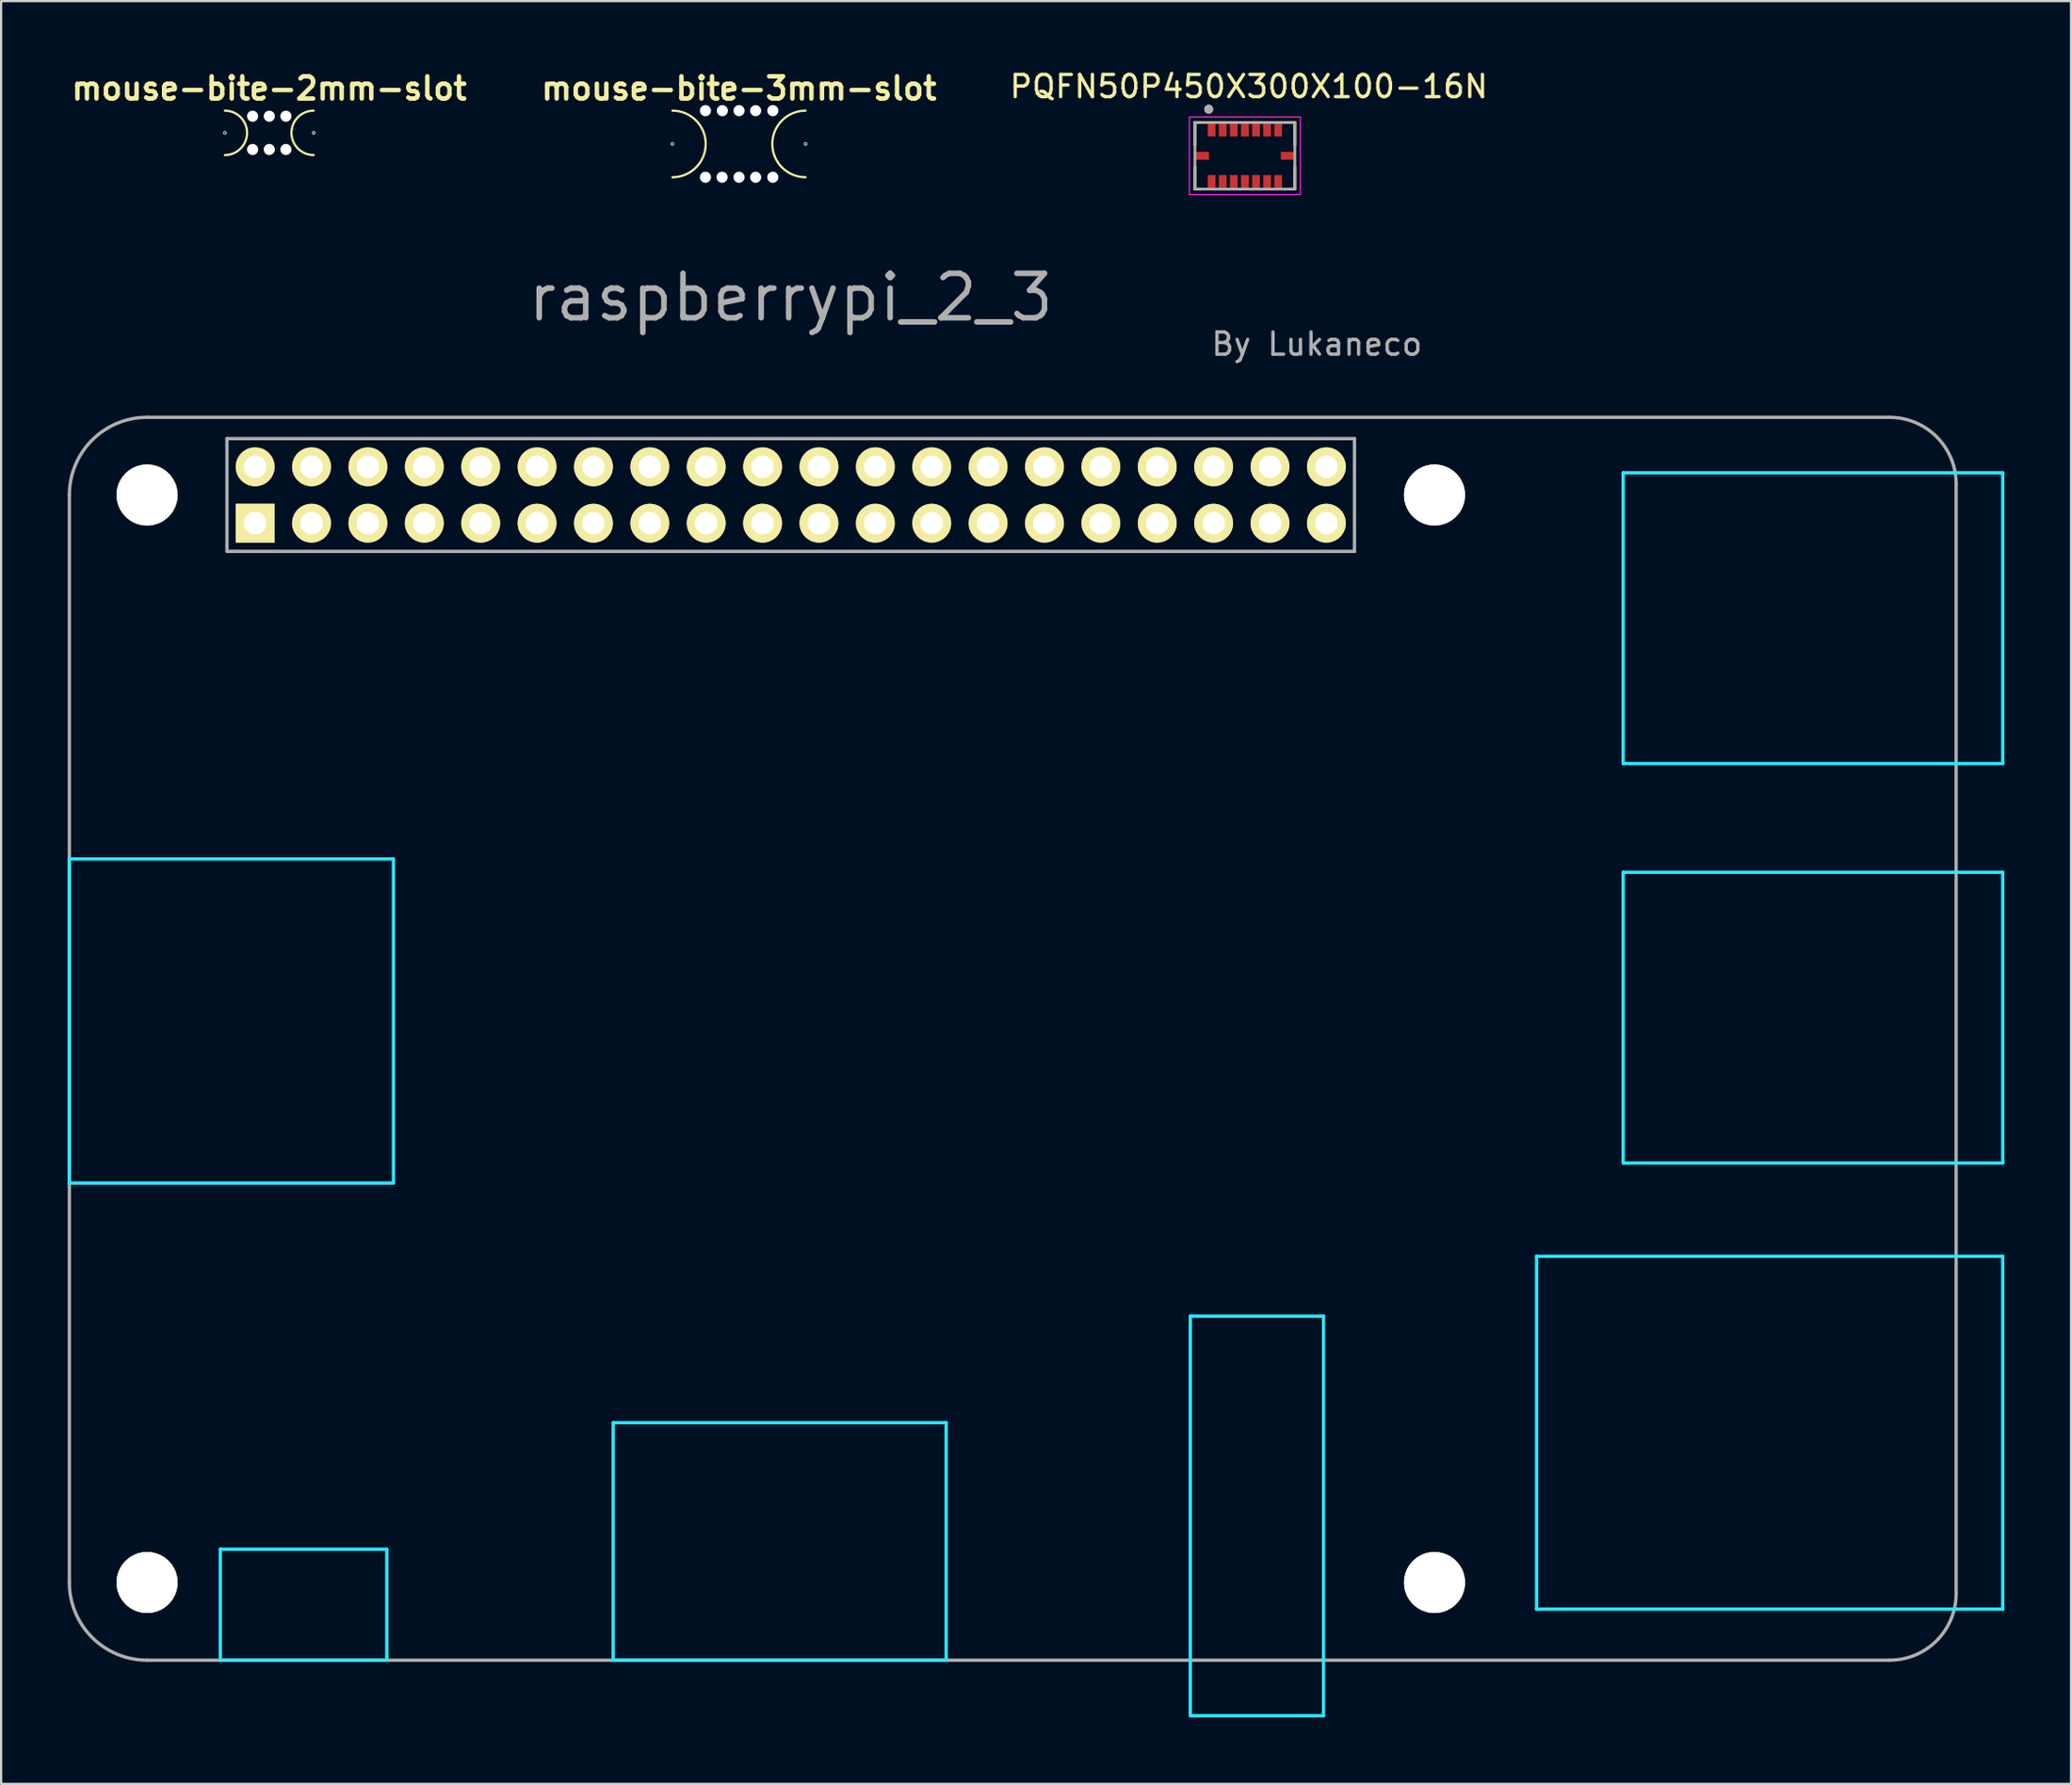
<source format=kicad_pcb>
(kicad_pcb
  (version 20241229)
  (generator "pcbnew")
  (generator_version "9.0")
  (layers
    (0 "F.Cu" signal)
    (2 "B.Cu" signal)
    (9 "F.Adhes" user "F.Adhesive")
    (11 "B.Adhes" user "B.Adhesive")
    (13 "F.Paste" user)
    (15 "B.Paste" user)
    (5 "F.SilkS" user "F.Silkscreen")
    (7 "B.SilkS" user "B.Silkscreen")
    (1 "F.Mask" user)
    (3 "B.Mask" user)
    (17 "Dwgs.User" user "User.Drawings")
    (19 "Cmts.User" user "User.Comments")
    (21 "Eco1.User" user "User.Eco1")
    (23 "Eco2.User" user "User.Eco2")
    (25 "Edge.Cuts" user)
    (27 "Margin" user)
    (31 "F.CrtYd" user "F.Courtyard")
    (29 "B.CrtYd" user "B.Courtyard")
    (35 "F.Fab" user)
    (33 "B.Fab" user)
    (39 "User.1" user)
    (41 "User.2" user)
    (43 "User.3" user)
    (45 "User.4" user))
  (footprint "PQFN50P450X300X100-16N"
    (layer "F.Cu")
    (at 53.033 3.969)
    (property "Reference" "PQFN50P450X300X100-16N" (at 0.178 -3.121 0) (layer "F.SilkS") (effects (font (size 1 1) (thickness 0.15))))
    (attr smd)
    (fp_line (start -2.25 -1.5) (end -2 -1.5) (stroke (width 0.127) (type solid)) (layer "F.SilkS"))
    (fp_line (start -2.25 -0.5) (end -2.25 -1.5) (stroke (width 0.127) (type solid)) (layer "F.SilkS"))
    (fp_line (start -2.25 1.5) (end -2.25 0.5) (stroke (width 0.127) (type solid)) (layer "F.SilkS"))
    (fp_line (start -2 1.5) (end -2.25 1.5) (stroke (width 0.127) (type solid)) (layer "F.SilkS"))
    (fp_line (start 2.25 -1.5) (end 2 -1.5) (stroke (width 0.127) (type solid)) (layer "F.SilkS"))
    (fp_line (start 2.25 -0.5) (end 2.25 -1.5) (stroke (width 0.127) (type solid)) (layer "F.SilkS"))
    (fp_line (start 2.25 0.5) (end 2.25 1.5) (stroke (width 0.127) (type solid)) (layer "F.SilkS"))
    (fp_line (start 2.25 1.5) (end 2 1.5) (stroke (width 0.127) (type solid)) (layer "F.SilkS"))
    (fp_circle (center -1.629 -2.1) (end -1.529 -2.1) (stroke (width 0.2) (type solid)) (fill no) (layer "F.SilkS"))
    (fp_line (start -2.5 -1.75) (end 2.5 -1.75) (stroke (width 0.05) (type solid)) (layer "F.CrtYd"))
    (fp_line (start -2.5 1.75) (end -2.5 -1.75) (stroke (width 0.05) (type solid)) (layer "F.CrtYd"))
    (fp_line (start 2.5 -1.75) (end 2.5 1.75) (stroke (width 0.05) (type solid)) (layer "F.CrtYd"))
    (fp_line (start 2.5 1.75) (end -2.5 1.75) (stroke (width 0.05) (type solid)) (layer "F.CrtYd"))
    (fp_line (start -2.25 -1.5) (end 2.25 -1.5) (stroke (width 0.127) (type solid)) (layer "F.Fab"))
    (fp_line (start -2.25 1.5) (end -2.25 -1.5) (stroke (width 0.127) (type solid)) (layer "F.Fab"))
    (fp_line (start 2.25 -1.5) (end 2.25 1.5) (stroke (width 0.127) (type solid)) (layer "F.Fab"))
    (fp_line (start 2.25 1.5) (end -2.25 1.5) (stroke (width 0.127) (type solid)) (layer "F.Fab"))
    (fp_circle (center -1.629 -2.1) (end -1.529 -2.1) (stroke (width 0.2) (type solid)) (fill no) (layer "F.Fab"))
    (pad "1" smd rect (at -1.5 -1.165 270) (size 0.59 0.35) (layers "F.Cu" "F.Mask" "F.Paste"))
    (pad "2" smd rect (at -1 -1.165 270) (size 0.59 0.35) (layers "F.Cu" "F.Mask" "F.Paste"))
    (pad "3" smd rect (at -0.5 -1.165 270) (size 0.59 0.35) (layers "F.Cu" "F.Mask" "F.Paste"))
    (pad "4" smd rect (at 0 -1.165 270) (size 0.59 0.35) (layers "F.Cu" "F.Mask" "F.Paste"))
    (pad "5" smd rect (at 0.5 -1.165 270) (size 0.59 0.35) (layers "F.Cu" "F.Mask" "F.Paste"))
    (pad "6" smd rect (at 1 -1.165 270) (size 0.59 0.35) (layers "F.Cu" "F.Mask" "F.Paste"))
    (pad "7" smd rect (at 1.5 -1.165 270) (size 0.59 0.35) (layers "F.Cu" "F.Mask" "F.Paste"))
    (pad "8" smd rect (at 1.915 0 180) (size 0.59 0.35) (layers "F.Cu" "F.Mask" "F.Paste"))
    (pad "9" smd rect (at 1.5 1.165 90) (size 0.59 0.35) (layers "F.Cu" "F.Mask" "F.Paste"))
    (pad "10" smd rect (at 1 1.165 90) (size 0.59 0.35) (layers "F.Cu" "F.Mask" "F.Paste"))
    (pad "11" smd rect (at 0.5 1.165 90) (size 0.59 0.35) (layers "F.Cu" "F.Mask" "F.Paste"))
    (pad "12" smd rect (at 0 1.165 90) (size 0.59 0.35) (layers "F.Cu" "F.Mask" "F.Paste"))
    (pad "13" smd rect (at -0.5 1.165 90) (size 0.59 0.35) (layers "F.Cu" "F.Mask" "F.Paste"))
    (pad "14" smd rect (at -1 1.165 90) (size 0.59 0.35) (layers "F.Cu" "F.Mask" "F.Paste"))
    (pad "15" smd rect (at -1.5 1.165 90) (size 0.59 0.35) (layers "F.Cu" "F.Mask" "F.Paste"))
    (pad "16" smd rect (at -1.915 0) (size 0.59 0.35) (layers "F.Cu" "F.Mask" "F.Paste")))
  (footprint "mouse-bite-2mm-slot"
    (layer "F.Cu")
    (at 9.081 2.936)
    (property "Reference" "mouse-bite-2mm-slot" (at 0 -2 0) (layer "F.SilkS") (effects (font (size 1 1) (thickness 0.2))))
    (attr through_hole)
    (fp_arc (start -2 -1) (mid -1 0) (end -2 1) (stroke (width 0.1) (type solid)) (layer "F.SilkS"))
    (fp_arc (start 2 1) (mid 1 0) (end 2 -1) (stroke (width 0.1) (type solid)) (layer "F.SilkS"))
    (fp_circle (center -2 0) (end -2 -0.06) (stroke (width 0.05) (type solid)) (fill no) (layer "Dwgs.User"))
    (fp_circle (center 2 0) (end 2.06 0) (stroke (width 0.05) (type solid)) (fill no) (layer "Dwgs.User"))
    (fp_line (start -2 0) (end -2 0) (stroke (width 2) (type solid)) (layer "Eco1.User"))
    (fp_line (start 2 0) (end 2 0) (stroke (width 2) (type solid)) (layer "Eco1.User"))
    (pad "" np_thru_hole circle (at -0.75 -0.75) (size 0.5 0.5) (drill 0.5) (layers "*.Cu" "*.Mask"))
    (pad "" np_thru_hole circle (at -0.75 0.75) (size 0.5 0.5) (drill 0.5) (layers "*.Cu" "*.Mask"))
    (pad "" np_thru_hole circle (at 0 -0.75) (size 0.5 0.5) (drill 0.5) (layers "*.Cu" "*.Mask"))
    (pad "" np_thru_hole circle (at 0 0.75) (size 0.5 0.5) (drill 0.5) (layers "*.Cu" "*.Mask"))
    (pad "" np_thru_hole circle (at 0.75 -0.75) (size 0.5 0.5) (drill 0.5) (layers "*.Cu" "*.Mask"))
    (pad "" np_thru_hole circle (at 0.75 0.75) (size 0.5 0.5) (drill 0.5) (layers "*.Cu" "*.Mask")))
  (footprint "raspberrypi_2_3"
    (layer "F.Cu")
    (at 32.575 19.253)
    (property "Reference" "raspberrypi_2_3" (at 0 -8.9 0) (layer "F.Fab") (effects (font (size 2 2) (thickness 0.25))))
    (attr through_hole)
    (fp_line (start -32.5 16.4) (end -32.5 31) (stroke (width 0.15) (type solid)) (layer "B.CrtYd"))
    (fp_line (start -25.7 52.5) (end -25.7 47.5) (stroke (width 0.15) (type solid)) (layer "B.CrtYd"))
    (fp_line (start -18.2 47.5) (end -25.7 47.5) (stroke (width 0.15) (type solid)) (layer "B.CrtYd"))
    (fp_line (start -18.2 52.5) (end -25.7 52.5) (stroke (width 0.15) (type solid)) (layer "B.CrtYd"))
    (fp_line (start -18.2 52.5) (end -18.2 47.5) (stroke (width 0.15) (type solid)) (layer "B.CrtYd"))
    (fp_line (start -17.9 16.4) (end -32.5 16.4) (stroke (width 0.15) (type solid)) (layer "B.CrtYd"))
    (fp_line (start -17.9 16.4) (end -17.9 31) (stroke (width 0.15) (type solid)) (layer "B.CrtYd"))
    (fp_line (start -17.9 31) (end -32.5 31) (stroke (width 0.15) (type solid)) (layer "B.CrtYd"))
    (fp_line (start -8 41.8) (end -8 52.5) (stroke (width 0.15) (type solid)) (layer "B.CrtYd"))
    (fp_line (start -8 41.8) (end 7 41.8) (stroke (width 0.15) (type solid)) (layer "B.CrtYd"))
    (fp_line (start 7 52.5) (end -8 52.5) (stroke (width 0.15) (type solid)) (layer "B.CrtYd"))
    (fp_line (start 7 52.5) (end 7 41.8) (stroke (width 0.15) (type solid)) (layer "B.CrtYd"))
    (fp_line (start 18 37) (end 18 55) (stroke (width 0.15) (type solid)) (layer "B.CrtYd"))
    (fp_line (start 18 55) (end 24 55) (stroke (width 0.15) (type solid)) (layer "B.CrtYd"))
    (fp_line (start 24 37) (end 18 37) (stroke (width 0.15) (type solid)) (layer "B.CrtYd"))
    (fp_line (start 24 55) (end 24 37) (stroke (width 0.15) (type solid)) (layer "B.CrtYd"))
    (fp_line (start 33.6 34.3) (end 54.6 34.3) (stroke (width 0.15) (type solid)) (layer "B.CrtYd"))
    (fp_line (start 33.6 50.2) (end 33.6 34.3) (stroke (width 0.15) (type solid)) (layer "B.CrtYd"))
    (fp_line (start 37.5 -1) (end 37.5 12.1) (stroke (width 0.15) (type solid)) (layer "B.CrtYd"))
    (fp_line (start 37.5 -1) (end 54.6 -1) (stroke (width 0.15) (type solid)) (layer "B.CrtYd"))
    (fp_line (start 37.5 17) (end 54.6 17) (stroke (width 0.15) (type solid)) (layer "B.CrtYd"))
    (fp_line (start 37.5 30.1) (end 37.5 17) (stroke (width 0.15) (type solid)) (layer "B.CrtYd"))
    (fp_line (start 54.6 12.1) (end 37.5 12.1) (stroke (width 0.15) (type solid)) (layer "B.CrtYd"))
    (fp_line (start 54.6 12.1) (end 54.6 -1) (stroke (width 0.15) (type solid)) (layer "B.CrtYd"))
    (fp_line (start 54.6 30.1) (end 37.5 30.1) (stroke (width 0.15) (type solid)) (layer "B.CrtYd"))
    (fp_line (start 54.6 30.1) (end 54.6 17) (stroke (width 0.15) (type solid)) (layer "B.CrtYd"))
    (fp_line (start 54.6 50.2) (end 33.6 50.2) (stroke (width 0.15) (type solid)) (layer "B.CrtYd"))
    (fp_line (start 54.6 50.2) (end 54.6 34.3) (stroke (width 0.15) (type solid)) (layer "B.CrtYd"))
    (fp_line (start -32.5 49) (end -32.5 0) (stroke (width 0.15) (type solid)) (layer "F.Fab"))
    (fp_line (start -29 52.5) (end 49.5 52.5) (stroke (width 0.15) (type solid)) (layer "F.Fab"))
    (fp_line (start -25.4 -2.54) (end -25.4 2.54) (stroke (width 0.15) (type solid)) (layer "F.Fab"))
    (fp_line (start -25.4 -2.54) (end 25.4 -2.54) (stroke (width 0.15) (type solid)) (layer "F.Fab"))
    (fp_line (start 25.395 2.54) (end 25.395 -2.54) (stroke (width 0.15) (type solid)) (layer "F.Fab"))
    (fp_line (start 25.4 2.54) (end -25.4 2.54) (stroke (width 0.15) (type solid)) (layer "F.Fab"))
    (fp_line (start 49.5 -3.5) (end -29 -3.5) (stroke (width 0.15) (type solid)) (layer "F.Fab"))
    (fp_line (start 52.5 49.5) (end 52.5 -0.5) (stroke (width 0.15) (type solid)) (layer "F.Fab"))
    (fp_arc (start -32.5 0) (mid -31.474874 -2.474874) (end -29 -3.5) (stroke (width 0.15) (type solid)) (layer "F.Fab"))
    (fp_arc (start -29 52.5) (mid -31.474874 51.474874) (end -32.5 49) (stroke (width 0.15) (type solid)) (layer "F.Fab"))
    (fp_arc (start 49.5 -3.5) (mid 51.62132 -2.62132) (end 52.5 -0.5) (stroke (width 0.15) (type solid)) (layer "F.Fab"))
    (fp_arc (start 52.5 49.5) (mid 51.62132 51.62132) (end 49.5 52.5) (stroke (width 0.15) (type solid)) (layer "F.Fab"))
    (fp_text user "By Lukaneco" (at 23.7 -6.8 0) (layer "F.Fab") (effects (font (size 1 1) (thickness 0.15))))
    (pad "" np_thru_hole circle (at -29 0) (size 2.75 2.75) (drill 2.75) (layers "*.Cu" "*.Mask" "F.SilkS"))
    (pad "" np_thru_hole circle (at -29 49) (size 2.75 2.75) (drill 2.75) (layers "*.Cu" "*.Mask" "F.SilkS"))
    (pad "" np_thru_hole circle (at 29 0) (size 2.75 2.75) (drill 2.75) (layers "*.Cu" "*.Mask" "F.SilkS"))
    (pad "" np_thru_hole circle (at 29 49) (size 2.75 2.75) (drill 2.75) (layers "*.Cu" "*.Mask" "F.SilkS"))
    (pad "1" thru_hole rect (at -24.13 1.27) (size 1.75 1.75) (drill 1.016) (layers "*.Cu" "*.Mask" "F.SilkS"))
    (pad "2" thru_hole circle (at -24.13 -1.27) (size 1.75 1.75) (drill 1.016) (layers "*.Cu" "*.Mask" "F.SilkS"))
    (pad "3" thru_hole circle (at -21.59 1.27) (size 1.75 1.75) (drill 1.016) (layers "*.Cu" "*.Mask" "F.SilkS"))
    (pad "4" thru_hole circle (at -21.59 -1.27) (size 1.75 1.75) (drill 1.016) (layers "*.Cu" "*.Mask" "F.SilkS"))
    (pad "5" thru_hole circle (at -19.05 1.27) (size 1.75 1.75) (drill 1.016) (layers "*.Cu" "*.Mask" "F.SilkS"))
    (pad "6" thru_hole circle (at -19.05 -1.27) (size 1.75 1.75) (drill 1.016) (layers "*.Cu" "*.Mask" "F.SilkS"))
    (pad "7" thru_hole circle (at -16.51 1.27) (size 1.75 1.75) (drill 1.016) (layers "*.Cu" "*.Mask" "F.SilkS"))
    (pad "8" thru_hole circle (at -16.51 -1.27) (size 1.75 1.75) (drill 1.016) (layers "*.Cu" "*.Mask" "F.SilkS"))
    (pad "9" thru_hole circle (at -13.97 1.27) (size 1.75 1.75) (drill 1.016) (layers "*.Cu" "*.Mask" "F.SilkS"))
    (pad "10" thru_hole circle (at -13.97 -1.27) (size 1.75 1.75) (drill 1.016) (layers "*.Cu" "*.Mask" "F.SilkS"))
    (pad "11" thru_hole circle (at -11.43 1.27) (size 1.75 1.75) (drill 1.016) (layers "*.Cu" "*.Mask" "F.SilkS"))
    (pad "12" thru_hole circle (at -11.43 -1.27) (size 1.75 1.75) (drill 1.016) (layers "*.Cu" "*.Mask" "F.SilkS"))
    (pad "13" thru_hole circle (at -8.89 1.27) (size 1.75 1.75) (drill 1.016) (layers "*.Cu" "*.Mask" "F.SilkS"))
    (pad "14" thru_hole circle (at -8.89 -1.27) (size 1.75 1.75) (drill 1.016) (layers "*.Cu" "*.Mask" "F.SilkS"))
    (pad "15" thru_hole circle (at -6.35 1.27) (size 1.75 1.75) (drill 1.016) (layers "*.Cu" "*.Mask" "F.SilkS"))
    (pad "16" thru_hole circle (at -6.35 -1.27) (size 1.75 1.75) (drill 1.016) (layers "*.Cu" "*.Mask" "F.SilkS"))
    (pad "17" thru_hole circle (at -3.81 1.27) (size 1.75 1.75) (drill 1.016) (layers "*.Cu" "*.Mask" "F.SilkS"))
    (pad "18" thru_hole circle (at -3.81 -1.27) (size 1.75 1.75) (drill 1.016) (layers "*.Cu" "*.Mask" "F.SilkS"))
    (pad "19" thru_hole circle (at -1.27 1.27) (size 1.75 1.75) (drill 1.016) (layers "*.Cu" "*.Mask" "F.SilkS"))
    (pad "20" thru_hole circle (at -1.27 -1.27) (size 1.75 1.75) (drill 1.016) (layers "*.Cu" "*.Mask" "F.SilkS"))
    (pad "21" thru_hole circle (at 1.27 1.27) (size 1.75 1.75) (drill 1.016) (layers "*.Cu" "*.Mask" "F.SilkS"))
    (pad "22" thru_hole circle (at 1.27 -1.27) (size 1.75 1.75) (drill 1.016) (layers "*.Cu" "*.Mask" "F.SilkS"))
    (pad "23" thru_hole circle (at 3.81 1.27) (size 1.75 1.75) (drill 1.016) (layers "*.Cu" "*.Mask" "F.SilkS"))
    (pad "24" thru_hole circle (at 3.81 -1.27) (size 1.75 1.75) (drill 1.016) (layers "*.Cu" "*.Mask" "F.SilkS"))
    (pad "25" thru_hole circle (at 6.35 1.27) (size 1.75 1.75) (drill 1.016) (layers "*.Cu" "*.Mask" "F.SilkS"))
    (pad "26" thru_hole circle (at 6.35 -1.27) (size 1.75 1.75) (drill 1.016) (layers "*.Cu" "*.Mask" "F.SilkS"))
    (pad "27" thru_hole circle (at 8.89 1.27) (size 1.75 1.75) (drill 1.016) (layers "*.Cu" "*.Mask" "F.SilkS"))
    (pad "28" thru_hole circle (at 8.89 -1.27) (size 1.75 1.75) (drill 1.016) (layers "*.Cu" "*.Mask" "F.SilkS"))
    (pad "29" thru_hole circle (at 11.43 1.27) (size 1.75 1.75) (drill 1.016) (layers "*.Cu" "*.Mask" "F.SilkS"))
    (pad "30" thru_hole circle (at 11.43 -1.27) (size 1.75 1.75) (drill 1.016) (layers "*.Cu" "*.Mask" "F.SilkS"))
    (pad "31" thru_hole circle (at 13.97 1.27) (size 1.75 1.75) (drill 1.016) (layers "*.Cu" "*.Mask" "F.SilkS"))
    (pad "32" thru_hole circle (at 13.97 -1.27) (size 1.75 1.75) (drill 1.016) (layers "*.Cu" "*.Mask" "F.SilkS"))
    (pad "33" thru_hole circle (at 16.51 1.27) (size 1.75 1.75) (drill 1.016) (layers "*.Cu" "*.Mask" "F.SilkS"))
    (pad "34" thru_hole circle (at 16.51 -1.27) (size 1.75 1.75) (drill 1.016) (layers "*.Cu" "*.Mask" "F.SilkS"))
    (pad "35" thru_hole circle (at 19.05 1.27) (size 1.75 1.75) (drill 1.016) (layers "*.Cu" "*.Mask" "F.SilkS"))
    (pad "36" thru_hole circle (at 19.05 -1.27) (size 1.75 1.75) (drill 1.016) (layers "*.Cu" "*.Mask" "F.SilkS"))
    (pad "37" thru_hole circle (at 21.59 1.27) (size 1.75 1.75) (drill 1.016) (layers "*.Cu" "*.Mask" "F.SilkS"))
    (pad "38" thru_hole circle (at 21.59 -1.27) (size 1.75 1.75) (drill 1.016) (layers "*.Cu" "*.Mask" "F.SilkS"))
    (pad "39" thru_hole circle (at 24.13 1.27) (size 1.75 1.75) (drill 1.016) (layers "*.Cu" "*.Mask" "F.SilkS"))
    (pad "40" thru_hole circle (at 24.13 -1.27) (size 1.75 1.75) (drill 1.016) (layers "*.Cu" "*.Mask" "F.SilkS")))
  (footprint "mouse-bite-3mm-slot"
    (layer "F.Cu")
    (at 30.243 3.436)
    (property "Reference" "mouse-bite-3mm-slot" (at 0 -2.5 0) (layer "F.SilkS") (effects (font (size 1 1) (thickness 0.2))))
    (attr through_hole)
    (fp_arc (start -3 -1.5) (mid -1.5 0) (end -3 1.5) (stroke (width 0.1) (type solid)) (layer "F.SilkS"))
    (fp_arc (start 3 1.5) (mid 1.5 0) (end 3 -1.5) (stroke (width 0.1) (type solid)) (layer "F.SilkS"))
    (fp_circle (center -3 0) (end -3 -0.06) (stroke (width 0.05) (type solid)) (fill no) (layer "Dwgs.User"))
    (fp_circle (center 3 0) (end 3.06 0) (stroke (width 0.05) (type solid)) (fill no) (layer "Dwgs.User"))
    (fp_line (start -3 0) (end -3 0) (stroke (width 3) (type solid)) (layer "Eco1.User"))
    (fp_line (start 3 0) (end 3 0) (stroke (width 3) (type solid)) (layer "Eco1.User"))
    (pad "" np_thru_hole circle (at -1.512 -1.5) (size 0.5 0.5) (drill 0.5) (layers "*.Cu" "*.Mask"))
    (pad "" np_thru_hole circle (at -1.512 1.5) (size 0.5 0.5) (drill 0.5) (layers "*.Cu" "*.Mask"))
    (pad "" np_thru_hole circle (at -0.762 1.5) (size 0.5 0.5) (drill 0.5) (layers "*.Cu" "*.Mask"))
    (pad "" np_thru_hole circle (at -0.75 -1.5) (size 0.5 0.5) (drill 0.5) (layers "*.Cu" "*.Mask"))
    (pad "" np_thru_hole circle (at 0 -1.5) (size 0.5 0.5) (drill 0.5) (layers "*.Cu" "*.Mask"))
    (pad "" np_thru_hole circle (at 0 1.5) (size 0.5 0.5) (drill 0.5) (layers "*.Cu" "*.Mask"))
    (pad "" np_thru_hole circle (at 0.75 -1.5) (size 0.5 0.5) (drill 0.5) (layers "*.Cu" "*.Mask"))
    (pad "" np_thru_hole circle (at 0.75 1.5) (size 0.5 0.5) (drill 0.5) (layers "*.Cu" "*.Mask"))
    (pad "" np_thru_hole circle (at 1.524 -1.5) (size 0.5 0.5) (drill 0.5) (layers "*.Cu" "*.Mask"))
    (pad "" np_thru_hole circle (at 1.524 1.5) (size 0.5 0.5) (drill 0.5) (layers "*.Cu" "*.Mask")))
  (gr_rect
    (start -3 -3)
    (end 90.25 77.328)
    (stroke (width 0.1) (type default))
    (fill no)
    (layer "Edge.Cuts")))
</source>
